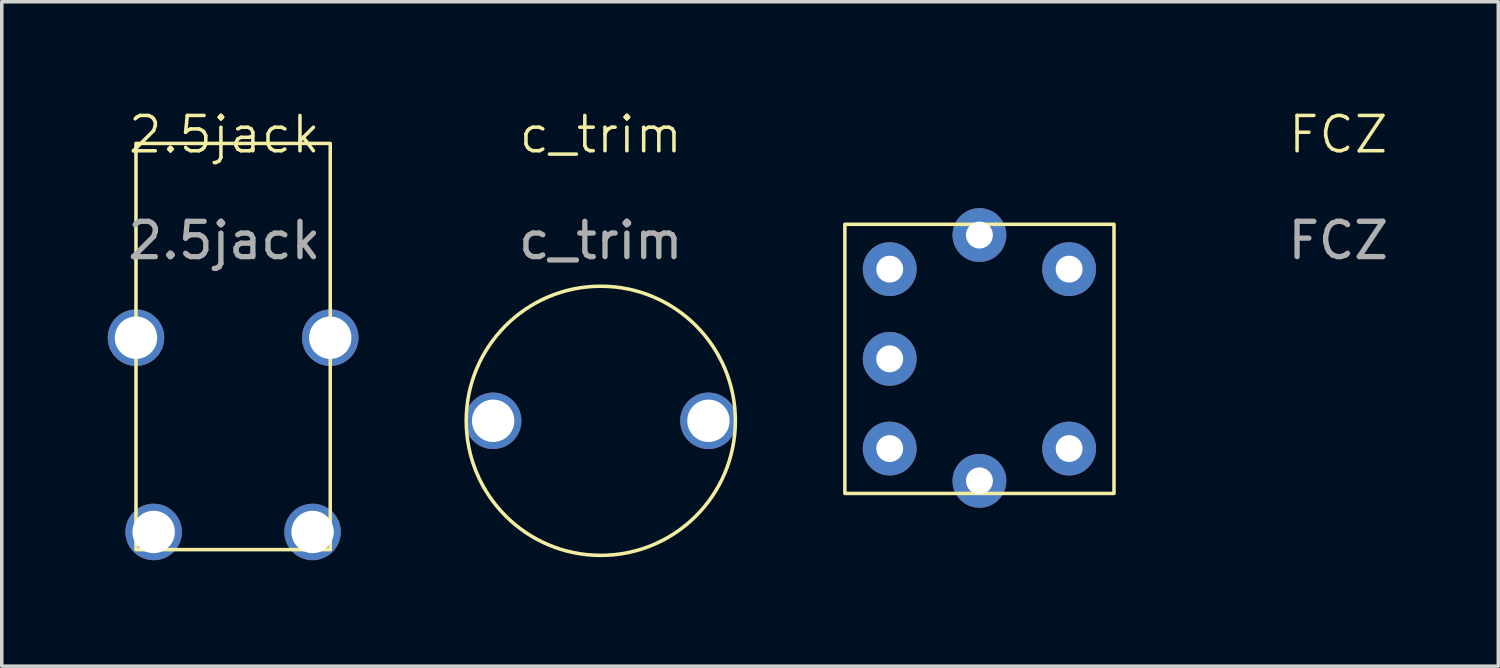
<source format=kicad_pcb>
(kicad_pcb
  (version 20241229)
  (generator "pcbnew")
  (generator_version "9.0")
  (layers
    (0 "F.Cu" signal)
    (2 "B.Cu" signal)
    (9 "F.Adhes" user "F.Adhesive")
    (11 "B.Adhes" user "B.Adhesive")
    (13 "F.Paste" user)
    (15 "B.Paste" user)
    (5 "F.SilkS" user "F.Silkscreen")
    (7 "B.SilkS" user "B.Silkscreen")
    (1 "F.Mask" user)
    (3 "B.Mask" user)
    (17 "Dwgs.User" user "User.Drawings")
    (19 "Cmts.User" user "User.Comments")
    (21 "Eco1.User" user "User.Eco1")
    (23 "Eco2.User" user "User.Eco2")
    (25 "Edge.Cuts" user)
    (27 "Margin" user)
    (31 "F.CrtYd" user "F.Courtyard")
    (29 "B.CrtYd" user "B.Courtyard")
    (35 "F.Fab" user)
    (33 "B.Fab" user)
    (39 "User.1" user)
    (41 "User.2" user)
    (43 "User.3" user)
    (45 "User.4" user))
  (footprint "c_trim"
    (layer "F.Cu")
    (at 13.96 8.864)
    (property "Reference" "c_trim" (at 0 -8.104 0) (unlocked yes) (layer "F.SilkS") (effects (font (size 1 1) (thickness 0.1))))
    (attr through_hole)
    (fp_circle (center 0 0) (end 3.81 0) (stroke (width 0.1) (type default)) (fill no) (layer "F.SilkS"))
    (fp_text user "${REFERENCE}" (at 0 -5.104 0) (unlocked yes) (layer "F.Fab") (effects (font (size 1 1) (thickness 0.15))))
    (pad "1" thru_hole circle (at -3.048 0) (size 1.6 1.6) (drill 1.2) (layers "*.Cu" "*.Mask"))
    (pad "2" thru_hole circle (at 3.048 0) (size 1.6 1.6) (drill 1.2) (layers "*.Cu" "*.Mask")))
  (footprint "FCZ"
    (layer "F.Cu")
    (at 24.68 5.84)
    (property "Reference" "FCZ" (at 10.16 -5.08 0) (unlocked yes) (layer "F.SilkS") (effects (font (size 1 1) (thickness 0.1))))
    (attr through_hole)
    (fp_rect (start -3.81 -2.54) (end 3.81 5.08) (stroke (width 0.1) (type default)) (fill no) (layer "F.SilkS"))
    (fp_text user "${REFERENCE}" (at 10.16 -2.08 0) (unlocked yes) (layer "F.Fab") (effects (font (size 1 1) (thickness 0.15))))
    (pad "" thru_hole circle (at -2.54 1.27) (size 1.524 1.524) (drill 0.762) (layers "*.Cu" "*.Mask"))
    (pad "" thru_hole circle (at 0 -2.235) (size 1.524 1.524) (drill 0.762) (layers "*.Cu" "*.Mask"))
    (pad "" thru_hole circle (at 0 4.724) (size 1.524 1.524) (drill 0.762) (layers "*.Cu" "*.Mask"))
    (pad "1" thru_hole circle (at -2.54 3.81) (size 1.524 1.524) (drill 0.762) (layers "*.Cu" "*.Mask"))
    (pad "2" thru_hole circle (at -2.54 -1.27) (size 1.524 1.524) (drill 0.762) (layers "*.Cu" "*.Mask"))
    (pad "3" thru_hole circle (at 2.54 3.81) (size 1.524 1.524) (drill 0.762) (layers "*.Cu" "*.Mask"))
    (pad "4" thru_hole circle (at 2.54 -1.27) (size 1.524 1.524) (drill 0.762) (layers "*.Cu" "*.Mask")))
  (footprint "2.5jack"
    (layer "F.Cu")
    (at 3.3 6.761)
    (property "Reference" "2.5jack" (at 0 -6 0) (unlocked yes) (layer "F.SilkS") (effects (font (size 1 1) (thickness 0.1))))
    (attr through_hole)
    (fp_rect (start -2.5 -5.75) (end 3 5.75) (stroke (width 0.1) (type default)) (fill no) (layer "F.SilkS"))
    (fp_text user "${REFERENCE}" (at 0 -3 0) (unlocked yes) (layer "F.Fab") (effects (font (size 1 1) (thickness 0.15))))
    (pad "1" thru_hole circle (at -2.5 -0.25) (size 1.6 1.6) (drill 1.2) (layers "*.Cu" "*.Mask"))
    (pad "1" thru_hole circle (at 3 -0.25) (size 1.6 1.6) (drill 1.2) (layers "*.Cu" "*.Mask"))
    (pad "2" thru_hole circle (at -2 5.25) (size 1.6 1.6) (drill 1.2) (layers "*.Cu" "*.Mask"))
    (pad "2" thru_hole circle (at 2.5 5.25) (size 1.6 1.6) (drill 1.2) (layers "*.Cu" "*.Mask")))
  (gr_rect
    (start -3 -3)
    (end 39.37 15.81)
    (stroke (width 0.1) (type default))
    (fill no)
    (layer "Edge.Cuts")))
</source>
